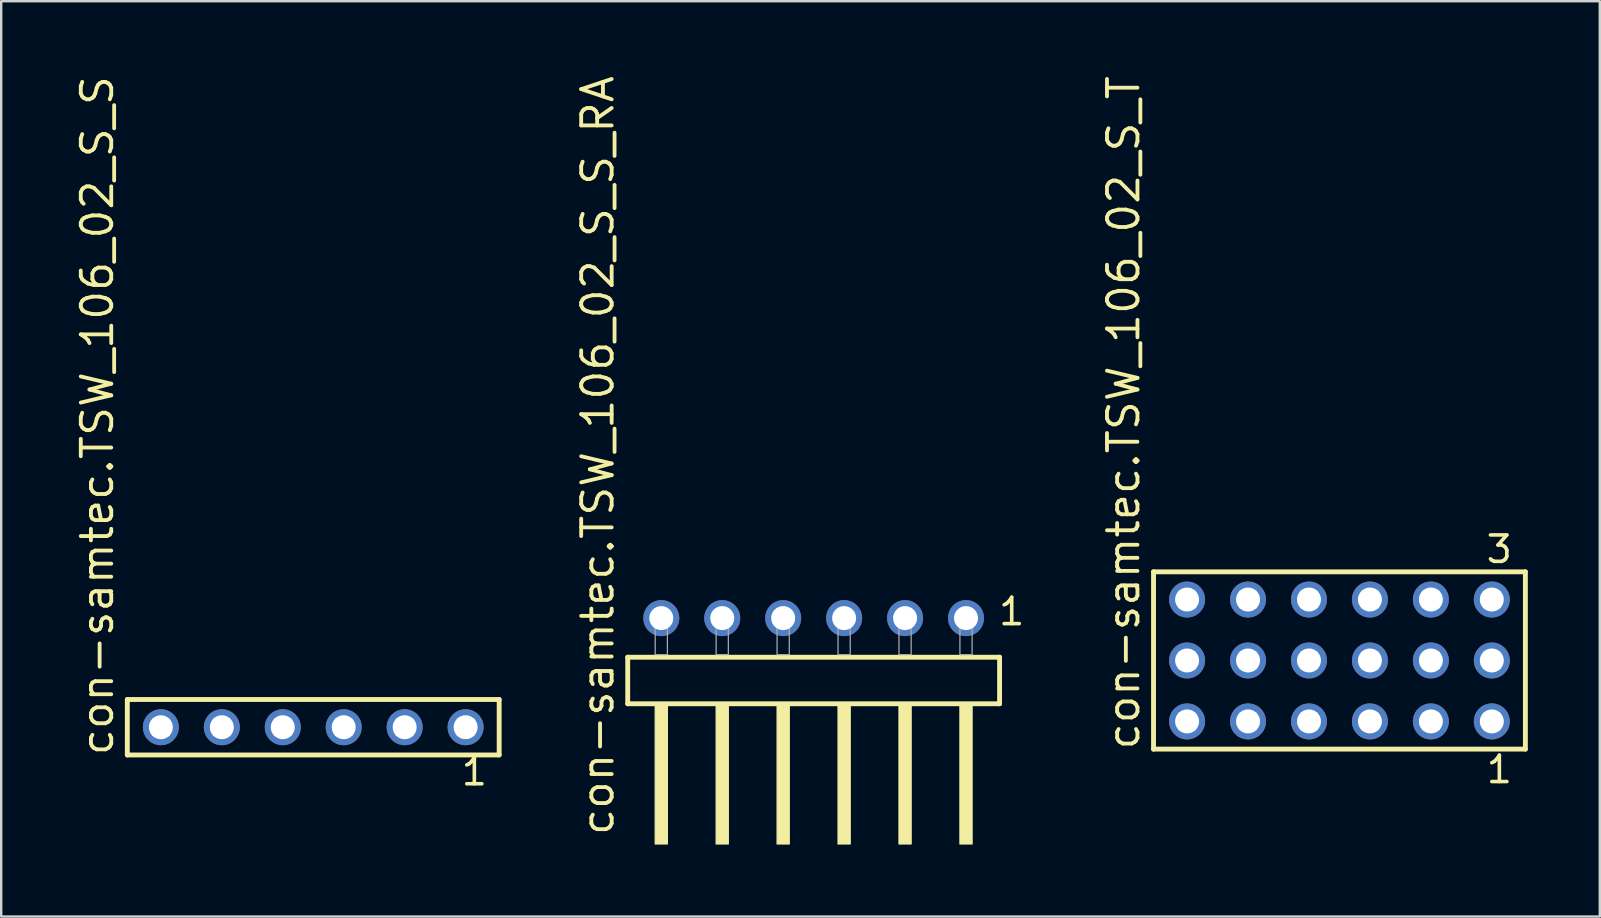
<source format=kicad_pcb>
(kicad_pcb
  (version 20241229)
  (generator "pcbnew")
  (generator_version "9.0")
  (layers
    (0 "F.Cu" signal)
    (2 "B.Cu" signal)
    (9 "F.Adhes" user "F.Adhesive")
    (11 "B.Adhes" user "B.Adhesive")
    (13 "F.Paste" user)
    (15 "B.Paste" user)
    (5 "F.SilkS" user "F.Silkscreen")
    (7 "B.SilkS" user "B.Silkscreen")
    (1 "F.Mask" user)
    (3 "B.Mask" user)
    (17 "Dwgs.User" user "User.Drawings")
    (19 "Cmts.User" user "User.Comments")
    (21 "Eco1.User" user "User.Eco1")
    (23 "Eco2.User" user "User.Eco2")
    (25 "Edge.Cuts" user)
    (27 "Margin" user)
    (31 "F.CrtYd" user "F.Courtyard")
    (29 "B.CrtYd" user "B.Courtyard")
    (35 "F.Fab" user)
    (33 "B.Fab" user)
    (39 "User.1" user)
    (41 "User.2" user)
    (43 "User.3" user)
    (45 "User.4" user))
  (footprint "con-samtec.TSW_106_02_S_S_RA"
    (layer "F.Cu")
    (at 30.861 24.235)
    (property "Reference" "con-samtec.TSW_106_02_S_S_RA" (at -8.255 7.62 90) (layer "F.SilkS") (effects (font (size 1.27 1.27) (thickness 0.16)) (justify left bottom)))
    (attr through_hole)
    (fp_line (start -7.749 0.106) (end -7.749 2.046) (stroke (width 0.203) (type default)) (layer "F.SilkS"))
    (fp_line (start -7.749 2.046) (end 7.749 2.046) (stroke (width 0.203) (type default)) (layer "F.SilkS"))
    (fp_line (start 7.749 0.106) (end -7.749 0.106) (stroke (width 0.203) (type default)) (layer "F.SilkS"))
    (fp_line (start 7.749 2.046) (end 7.749 0.106) (stroke (width 0.203) (type default)) (layer "F.SilkS"))
    (fp_rect (start -6.604 7.89) (end -6.096 2.04) (stroke (width 0.05) (type default)) (fill yes) (layer "F.SilkS"))
    (fp_rect (start -4.064 7.89) (end -3.556 2.04) (stroke (width 0.05) (type default)) (fill yes) (layer "F.SilkS"))
    (fp_rect (start -1.524 7.89) (end -1.016 2.04) (stroke (width 0.05) (type default)) (fill yes) (layer "F.SilkS"))
    (fp_rect (start 1.016 7.89) (end 1.524 2.04) (stroke (width 0.05) (type default)) (fill yes) (layer "F.SilkS"))
    (fp_rect (start 3.556 7.89) (end 4.064 2.04) (stroke (width 0.05) (type default)) (fill yes) (layer "F.SilkS"))
    (fp_rect (start 6.096 7.89) (end 6.604 2.04) (stroke (width 0.05) (type default)) (fill yes) (layer "F.SilkS"))
    (fp_rect (start -6.604 0) (end -6.096 -1.778) (stroke (width 0.05) (type default)) (fill no) (layer "F.Fab"))
    (fp_rect (start -4.064 0) (end -3.556 -1.778) (stroke (width 0.05) (type default)) (fill no) (layer "F.Fab"))
    (fp_rect (start -1.524 0) (end -1.016 -1.778) (stroke (width 0.05) (type default)) (fill no) (layer "F.Fab"))
    (fp_rect (start 1.016 0) (end 1.524 -1.778) (stroke (width 0.05) (type default)) (fill no) (layer "F.Fab"))
    (fp_rect (start 3.556 0) (end 4.064 -1.778) (stroke (width 0.05) (type default)) (fill no) (layer "F.Fab"))
    (fp_rect (start 6.096 0) (end 6.604 -1.778) (stroke (width 0.05) (type default)) (fill no) (layer "F.Fab"))
    (fp_text user "1" (at 7.632 -1.152 0) (layer "F.SilkS") (effects (font (size 1.1 1.1) (thickness 0.15)) (justify left bottom)))
    (pad "1" thru_hole circle (at 6.35 -1.524 180) (size 1.5 1.5) (drill 1) (layers "*.Cu" "*.Mask"))
    (pad "2" thru_hole circle (at 3.81 -1.524 180) (size 1.5 1.5) (drill 1) (layers "*.Cu" "*.Mask"))
    (pad "3" thru_hole circle (at 1.27 -1.524 180) (size 1.5 1.5) (drill 1) (layers "*.Cu" "*.Mask"))
    (pad "4" thru_hole circle (at -1.27 -1.524 180) (size 1.5 1.5) (drill 1) (layers "*.Cu" "*.Mask"))
    (pad "5" thru_hole circle (at -3.81 -1.524 180) (size 1.5 1.5) (drill 1) (layers "*.Cu" "*.Mask"))
    (pad "6" thru_hole circle (at -6.35 -1.524 180) (size 1.5 1.5) (drill 1) (layers "*.Cu" "*.Mask")))
  (footprint "con-samtec.TSW_106_02_S_S"
    (layer "F.Cu")
    (at 10.005 27.259)
    (property "Reference" "con-samtec.TSW_106_02_S_S" (at -8.255 1.27 90) (layer "F.SilkS") (effects (font (size 1.27 1.27) (thickness 0.16)) (justify left bottom)))
    (attr through_hole)
    (fp_line (start -7.749 -1.155) (end 7.749 -1.155) (stroke (width 0.203) (type default)) (layer "F.SilkS"))
    (fp_line (start -7.749 1.155) (end -7.749 -1.155) (stroke (width 0.203) (type default)) (layer "F.SilkS"))
    (fp_line (start 7.749 -1.155) (end 7.749 1.155) (stroke (width 0.203) (type default)) (layer "F.SilkS"))
    (fp_line (start 7.749 1.155) (end -7.749 1.155) (stroke (width 0.203) (type default)) (layer "F.SilkS"))
    (fp_rect (start -6.7 0.35) (end -6 -0.35) (stroke (width 0.05) (type default)) (fill no) (layer "F.Fab"))
    (fp_rect (start -4.16 0.35) (end -3.46 -0.35) (stroke (width 0.05) (type default)) (fill no) (layer "F.Fab"))
    (fp_rect (start -1.62 0.35) (end -0.92 -0.35) (stroke (width 0.05) (type default)) (fill no) (layer "F.Fab"))
    (fp_rect (start 0.92 0.35) (end 1.62 -0.35) (stroke (width 0.05) (type default)) (fill no) (layer "F.Fab"))
    (fp_rect (start 3.46 0.35) (end 4.16 -0.35) (stroke (width 0.05) (type default)) (fill no) (layer "F.Fab"))
    (fp_rect (start 6 0.35) (end 6.7 -0.35) (stroke (width 0.05) (type default)) (fill no) (layer "F.Fab"))
    (fp_text user "1" (at 6.092 2.498 0) (layer "F.SilkS") (effects (font (size 1.1 1.1) (thickness 0.15)) (justify left bottom)))
    (pad "1" thru_hole circle (at 6.35 0 180) (size 1.5 1.5) (drill 1) (layers "*.Cu" "*.Mask"))
    (pad "2" thru_hole circle (at 3.81 0 180) (size 1.5 1.5) (drill 1) (layers "*.Cu" "*.Mask"))
    (pad "3" thru_hole circle (at 1.27 0 180) (size 1.5 1.5) (drill 1) (layers "*.Cu" "*.Mask"))
    (pad "4" thru_hole circle (at -1.27 0 180) (size 1.5 1.5) (drill 1) (layers "*.Cu" "*.Mask"))
    (pad "5" thru_hole circle (at -3.81 0 180) (size 1.5 1.5) (drill 1) (layers "*.Cu" "*.Mask"))
    (pad "6" thru_hole circle (at -6.35 0 180) (size 1.5 1.5) (drill 1) (layers "*.Cu" "*.Mask")))
  (footprint "con-samtec.TSW_106_02_S_T"
    (layer "F.Cu")
    (at 52.775 24.477)
    (property "Reference" "con-samtec.TSW_106_02_S_T" (at -8.255 3.81 90) (layer "F.SilkS") (effects (font (size 1.27 1.27) (thickness 0.16)) (justify left bottom)))
    (attr through_hole)
    (fp_line (start -7.749 -3.695) (end 7.749 -3.695) (stroke (width 0.203) (type default)) (layer "F.SilkS"))
    (fp_line (start -7.749 3.695) (end -7.749 -3.695) (stroke (width 0.203) (type default)) (layer "F.SilkS"))
    (fp_line (start 7.749 -3.695) (end 7.749 3.695) (stroke (width 0.203) (type default)) (layer "F.SilkS"))
    (fp_line (start 7.749 3.695) (end -7.749 3.695) (stroke (width 0.203) (type default)) (layer "F.SilkS"))
    (fp_rect (start -6.7 -2.19) (end -6 -2.89) (stroke (width 0.05) (type default)) (fill no) (layer "F.Fab"))
    (fp_rect (start -6.7 0.35) (end -6 -0.35) (stroke (width 0.05) (type default)) (fill no) (layer "F.Fab"))
    (fp_rect (start -6.7 2.89) (end -6 2.19) (stroke (width 0.05) (type default)) (fill no) (layer "F.Fab"))
    (fp_rect (start -4.16 -2.19) (end -3.46 -2.89) (stroke (width 0.05) (type default)) (fill no) (layer "F.Fab"))
    (fp_rect (start -4.16 0.35) (end -3.46 -0.35) (stroke (width 0.05) (type default)) (fill no) (layer "F.Fab"))
    (fp_rect (start -4.16 2.89) (end -3.46 2.19) (stroke (width 0.05) (type default)) (fill no) (layer "F.Fab"))
    (fp_rect (start -1.62 -2.19) (end -0.92 -2.89) (stroke (width 0.05) (type default)) (fill no) (layer "F.Fab"))
    (fp_rect (start -1.62 0.35) (end -0.92 -0.35) (stroke (width 0.05) (type default)) (fill no) (layer "F.Fab"))
    (fp_rect (start -1.62 2.89) (end -0.92 2.19) (stroke (width 0.05) (type default)) (fill no) (layer "F.Fab"))
    (fp_rect (start 0.92 -2.19) (end 1.62 -2.89) (stroke (width 0.05) (type default)) (fill no) (layer "F.Fab"))
    (fp_rect (start 0.92 0.35) (end 1.62 -0.35) (stroke (width 0.05) (type default)) (fill no) (layer "F.Fab"))
    (fp_rect (start 0.92 2.89) (end 1.62 2.19) (stroke (width 0.05) (type default)) (fill no) (layer "F.Fab"))
    (fp_rect (start 3.46 -2.19) (end 4.16 -2.89) (stroke (width 0.05) (type default)) (fill no) (layer "F.Fab"))
    (fp_rect (start 3.46 0.35) (end 4.16 -0.35) (stroke (width 0.05) (type default)) (fill no) (layer "F.Fab"))
    (fp_rect (start 3.46 2.89) (end 4.16 2.19) (stroke (width 0.05) (type default)) (fill no) (layer "F.Fab"))
    (fp_rect (start 6 -2.19) (end 6.7 -2.89) (stroke (width 0.05) (type default)) (fill no) (layer "F.Fab"))
    (fp_rect (start 6 0.35) (end 6.7 -0.35) (stroke (width 0.05) (type default)) (fill no) (layer "F.Fab"))
    (fp_rect (start 6 2.89) (end 6.7 2.19) (stroke (width 0.05) (type default)) (fill no) (layer "F.Fab"))
    (fp_text user "1" (at 6.042 5.188 0) (layer "F.SilkS") (effects (font (size 1.1 1.1) (thickness 0.15)) (justify left bottom)))
    (fp_text user "3" (at 6.038 -3.989 0) (layer "F.SilkS") (effects (font (size 1.1 1.1) (thickness 0.15)) (justify left bottom)))
    (pad "1" thru_hole circle (at 6.35 2.54 180) (size 1.5 1.5) (drill 1) (layers "*.Cu" "*.Mask"))
    (pad "2" thru_hole circle (at 6.35 0 180) (size 1.5 1.5) (drill 1) (layers "*.Cu" "*.Mask"))
    (pad "3" thru_hole circle (at 6.35 -2.54 180) (size 1.5 1.5) (drill 1) (layers "*.Cu" "*.Mask"))
    (pad "4" thru_hole circle (at 3.81 2.54 180) (size 1.5 1.5) (drill 1) (layers "*.Cu" "*.Mask"))
    (pad "5" thru_hole circle (at 3.81 0 180) (size 1.5 1.5) (drill 1) (layers "*.Cu" "*.Mask"))
    (pad "6" thru_hole circle (at 3.81 -2.54 180) (size 1.5 1.5) (drill 1) (layers "*.Cu" "*.Mask"))
    (pad "7" thru_hole circle (at 1.27 2.54 180) (size 1.5 1.5) (drill 1) (layers "*.Cu" "*.Mask"))
    (pad "8" thru_hole circle (at 1.27 0 180) (size 1.5 1.5) (drill 1) (layers "*.Cu" "*.Mask"))
    (pad "9" thru_hole circle (at 1.27 -2.54 180) (size 1.5 1.5) (drill 1) (layers "*.Cu" "*.Mask"))
    (pad "10" thru_hole circle (at -1.27 2.54 180) (size 1.5 1.5) (drill 1) (layers "*.Cu" "*.Mask"))
    (pad "11" thru_hole circle (at -1.27 0 180) (size 1.5 1.5) (drill 1) (layers "*.Cu" "*.Mask"))
    (pad "12" thru_hole circle (at -1.27 -2.54 180) (size 1.5 1.5) (drill 1) (layers "*.Cu" "*.Mask"))
    (pad "13" thru_hole circle (at -3.81 2.54 180) (size 1.5 1.5) (drill 1) (layers "*.Cu" "*.Mask"))
    (pad "14" thru_hole circle (at -3.81 0 180) (size 1.5 1.5) (drill 1) (layers "*.Cu" "*.Mask"))
    (pad "15" thru_hole circle (at -3.81 -2.54 180) (size 1.5 1.5) (drill 1) (layers "*.Cu" "*.Mask"))
    (pad "16" thru_hole circle (at -6.35 2.54 180) (size 1.5 1.5) (drill 1) (layers "*.Cu" "*.Mask"))
    (pad "17" thru_hole circle (at -6.35 0 180) (size 1.5 1.5) (drill 1) (layers "*.Cu" "*.Mask"))
    (pad "18" thru_hole circle (at -6.35 -2.54 180) (size 1.5 1.5) (drill 1) (layers "*.Cu" "*.Mask")))
  (gr_rect
    (start -3 -3)
    (end 63.626 35.15)
    (stroke (width 0.1) (type default))
    (fill no)
    (layer "Edge.Cuts")))
</source>
